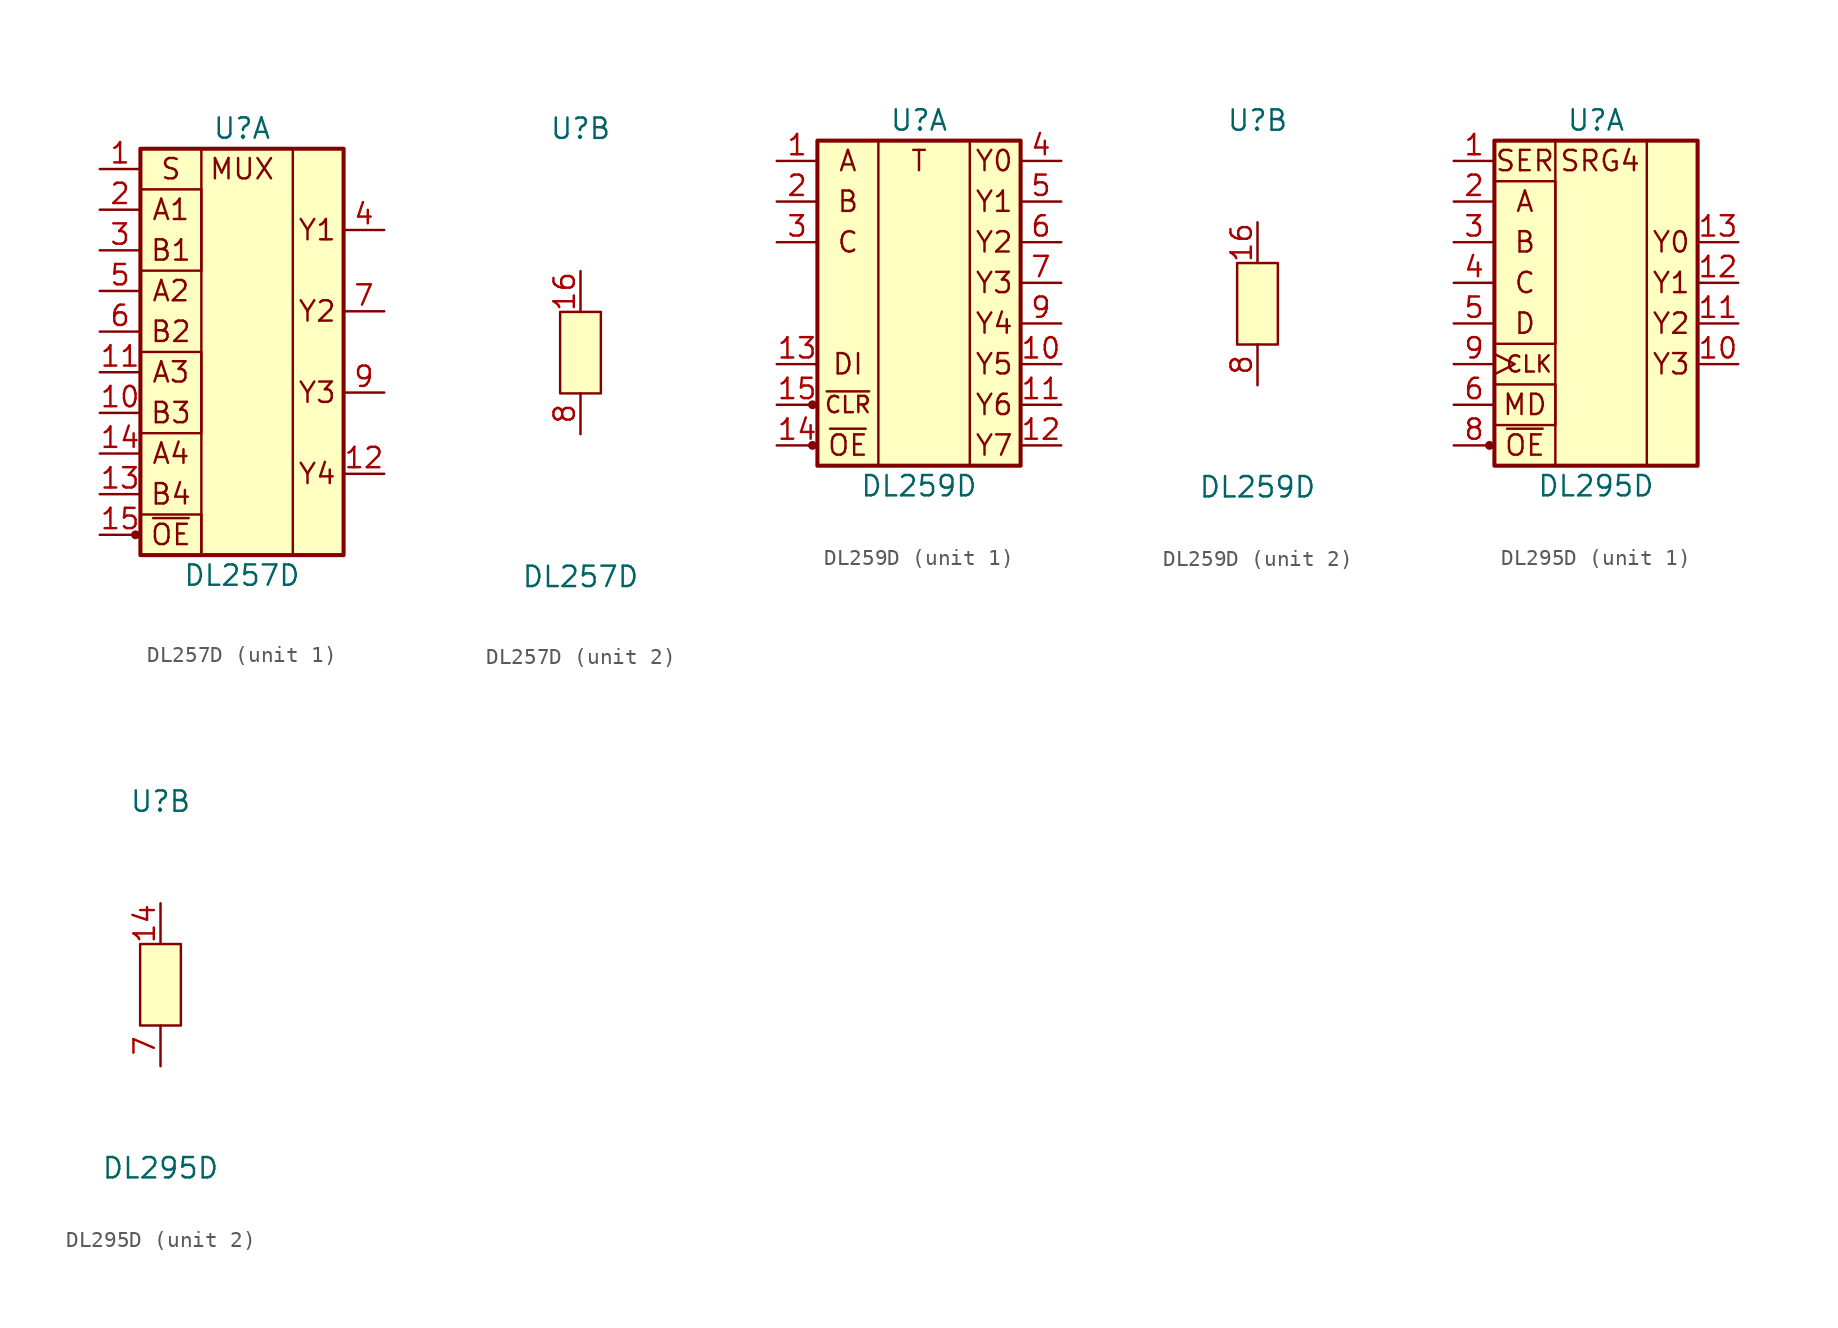
<source format=kicad_sym>
(kicad_symbol_lib
  (version 20211014)
  (generator kicad_symbol_editor)
  (symbol "DL257D"
    (pin_names
      (offset 1.016) hide)
    (property "Reference" "U"
      (at 0 13.97 0)
      (effects (font (size 1.27 1.27))))
    (property "Value" "DL257D"
      (at 0 -13.97 0)
      (effects (font (size 1.27 1.27))))
    (property "ki_locked" ""
      (at 0 0 0)
      (effects (font (size 1.27 1.27))))
    (symbol "DL257D_1_1"
      (circle (center -6.655 -11.43) (radius 0.203) (stroke (width 0) (type default) (color 0 0 0 0)) (fill (type outline)))
      (rectangle (start -6.35 -10.16) (end -2.54 -12.7) (stroke (width 0) (type default) (color 0 0 0 0)) (fill (type none)))
      (rectangle (start -6.35 0) (end -2.54 -5.08) (stroke (width 0) (type default) (color 0 0 0 0)) (fill (type none)))
      (rectangle (start -6.35 10.16) (end -2.54 5.08) (stroke (width 0) (type default) (color 0 0 0 0)) (fill (type none)))
      (rectangle (start -6.35 12.7) (end 6.35 -12.7) (stroke (width 0.254) (type default) (color 0 0 0 0)) (fill (type background)))
      (rectangle (start 3.175 12.7) (end -2.54 -12.7) (stroke (width 0) (type default) (color 0 0 0 0)) (fill (type none)))
      (text "A1" (at -4.445 8.89 0) (effects (font (size 1.27 1.27))))
      (text "A2" (at -4.445 3.81 0) (effects (font (size 1.27 1.27))))
      (text "A3" (at -4.445 -1.27 0) (effects (font (size 1.27 1.27))))
      (text "A4" (at -4.445 -6.35 0) (effects (font (size 1.27 1.27))))
      (text "B1" (at -4.445 6.35 0) (effects (font (size 1.27 1.27))))
      (text "B2" (at -4.445 1.27 0) (effects (font (size 1.27 1.27))))
      (text "B3" (at -4.445 -3.81 0) (effects (font (size 1.27 1.27))))
      (text "B4" (at -4.445 -8.89 0) (effects (font (size 1.27 1.27))))
      (text "MUX" (at 0 11.43 0) (effects (font (size 1.27 1.27))))
      (text "S" (at -4.445 11.43 0) (effects (font (size 1.27 1.27))))
      (text "Y1" (at 4.699 7.62 0) (effects (font (size 1.27 1.27))))
      (text "Y2" (at 4.699 2.54 0) (effects (font (size 1.27 1.27))))
      (text "Y3" (at 4.699 -2.54 0) (effects (font (size 1.27 1.27))))
      (text "Y4" (at 4.699 -7.62 0) (effects (font (size 1.27 1.27))))
      (text "~{OE}" (at -4.445 -11.43 0) (effects (font (size 1.27 1.27))))
      (pin input line (at -8.89 11.43 0) (length 2.54) (name "S" (effects (font (size 1.27 1.27)))) (number "1" (effects (font (size 1.27 1.27)))))
      (pin input line (at -8.89 -3.81 0) (length 2.54) (name "B3" (effects (font (size 1.27 1.27)))) (number "10" (effects (font (size 1.27 1.27)))))
      (pin input line (at -8.89 -1.27 0) (length 2.54) (name "A3" (effects (font (size 1.27 1.27)))) (number "11" (effects (font (size 1.27 1.27)))))
      (pin tri_state line (at 8.89 -7.62 180) (length 2.54) (name "4Y" (effects (font (size 1.27 1.27)))) (number "12" (effects (font (size 1.27 1.27)))))
      (pin input line (at -8.89 -8.89 0) (length 2.54) (name "B4" (effects (font (size 1.27 1.27)))) (number "13" (effects (font (size 1.27 1.27)))))
      (pin input line (at -8.89 -6.35 0) (length 2.54) (name "A4" (effects (font (size 1.27 1.27)))) (number "14" (effects (font (size 1.27 1.27)))))
      (pin input line (at -8.89 -11.43 0) (length 2.54) (name "~{OE}" (effects (font (size 1.27 1.27)))) (number "15" (effects (font (size 1.27 1.27)))))
      (pin input line (at -8.89 8.89 0) (length 2.54) (name "A1" (effects (font (size 1.27 1.27)))) (number "2" (effects (font (size 1.27 1.27)))))
      (pin input line (at -8.89 6.35 0) (length 2.54) (name "B1" (effects (font (size 1.27 1.27)))) (number "3" (effects (font (size 1.27 1.27)))))
      (pin tri_state line (at 8.89 7.62 180) (length 2.54) (name "Y1" (effects (font (size 1.27 1.27)))) (number "4" (effects (font (size 1.27 1.27)))))
      (pin input line (at -8.89 3.81 0) (length 2.54) (name "A2" (effects (font (size 1.27 1.27)))) (number "5" (effects (font (size 1.27 1.27)))))
      (pin input line (at -8.89 1.27 0) (length 2.54) (name "B2" (effects (font (size 1.27 1.27)))) (number "6" (effects (font (size 1.27 1.27)))))
      (pin tri_state line (at 8.89 2.54 180) (length 2.54) (name "Y2" (effects (font (size 1.27 1.27)))) (number "7" (effects (font (size 1.27 1.27)))))
      (pin tri_state line (at 8.89 -2.54 180) (length 2.54) (name "Y3" (effects (font (size 1.27 1.27)))) (number "9" (effects (font (size 1.27 1.27))))))
    (symbol "DL257D_2_1"
      (rectangle (start -1.27 2.54) (end 1.27 -2.54) (stroke (width 0) (type default) (color 0 0 0 0)) (fill (type background)))
      (pin power_in line (at 0 5.08 270) (length 2.54) (name "Vcc" (effects (font (size 1.27 1.27)))) (number "16" (effects (font (size 1.27 1.27)))))
      (pin power_in line (at 0 -5.08 90) (length 2.54) (name "GND" (effects (font (size 1.27 1.27)))) (number "8" (effects (font (size 1.27 1.27)))))))
  (symbol "DL259D"
    (pin_names
      (offset 1.016) hide)
    (property "Reference" "U"
      (at 0 11.43 0)
      (effects (font (size 1.27 1.27))))
    (property "Value" "DL259D"
      (at 0 -11.43 0)
      (effects (font (size 1.27 1.27))))
    (property "ki_locked" ""
      (at 0 0 0)
      (effects (font (size 1.27 1.27))))
    (symbol "DL259D_1_1"
      (circle (center -6.655 -8.89) (radius 0.203) (stroke (width 0) (type default) (color 0 0 0 0)) (fill (type outline)))
      (circle (center -6.655 -6.35) (radius 0.203) (stroke (width 0) (type default) (color 0 0 0 0)) (fill (type outline)))
      (rectangle (start -6.35 10.16) (end 6.35 -10.16) (stroke (width 0.254) (type default) (color 0 0 0 0)) (fill (type background)))
      (rectangle (start 3.175 10.16) (end -2.54 -10.16) (stroke (width 0) (type default) (color 0 0 0 0)) (fill (type none)))
      (text "A" (at -4.445 8.89 0) (effects (font (size 1.27 1.27))))
      (text "B" (at -4.445 6.35 0) (effects (font (size 1.27 1.27))))
      (text "C" (at -4.445 3.81 0) (effects (font (size 1.27 1.27))))
      (text "DI" (at -4.445 -3.81 0) (effects (font (size 1.27 1.27))))
      (text "T" (at 0 8.89 0) (effects (font (size 1.27 1.27))))
      (text "Y0" (at 4.699 8.89 0) (effects (font (size 1.27 1.27))))
      (text "Y1" (at 4.699 6.35 0) (effects (font (size 1.27 1.27))))
      (text "Y2" (at 4.699 3.81 0) (effects (font (size 1.27 1.27))))
      (text "Y3" (at 4.699 1.27 0) (effects (font (size 1.27 1.27))))
      (text "Y4" (at 4.699 -1.27 0) (effects (font (size 1.27 1.27))))
      (text "Y5" (at 4.699 -3.81 0) (effects (font (size 1.27 1.27))))
      (text "Y6" (at 4.699 -6.35 0) (effects (font (size 1.27 1.27))))
      (text "Y7" (at 4.699 -8.89 0) (effects (font (size 1.27 1.27))))
      (text "~{CLR}" (at -4.445 -6.35 0) (effects (font (size 1.016 1.016))))
      (text "~{OE}" (at -4.445 -8.89 0) (effects (font (size 1.27 1.27))))
      (pin input line (at -8.89 8.89 0) (length 2.54) (name "A" (effects (font (size 1.27 1.27)))) (number "1" (effects (font (size 1.27 1.27)))))
      (pin tri_state line (at 8.89 -3.81 180) (length 2.54) (name "Y5" (effects (font (size 1.27 1.27)))) (number "10" (effects (font (size 1.27 1.27)))))
      (pin tri_state line (at 8.89 -6.35 180) (length 2.54) (name "Y6" (effects (font (size 1.27 1.27)))) (number "11" (effects (font (size 1.27 1.27)))))
      (pin tri_state line (at 8.89 -8.89 180) (length 2.54) (name "Y7" (effects (font (size 1.27 1.27)))) (number "12" (effects (font (size 1.27 1.27)))))
      (pin input line (at -8.89 -3.81 0) (length 2.54) (name "DI" (effects (font (size 1.27 1.27)))) (number "13" (effects (font (size 1.27 1.27)))))
      (pin input line (at -8.89 -8.89 0) (length 2.54) (name "~{OE}" (effects (font (size 1.27 1.27)))) (number "14" (effects (font (size 1.27 1.27)))))
      (pin input line (at -8.89 -6.35 0) (length 2.54) (name "~{CLR}" (effects (font (size 1.27 1.27)))) (number "15" (effects (font (size 1.27 1.27)))))
      (pin input line (at -8.89 6.35 0) (length 2.54) (name "B" (effects (font (size 1.27 1.27)))) (number "2" (effects (font (size 1.27 1.27)))))
      (pin input line (at -8.89 3.81 0) (length 2.54) (name "C" (effects (font (size 1.27 1.27)))) (number "3" (effects (font (size 1.27 1.27)))))
      (pin tri_state line (at 8.89 8.89 180) (length 2.54) (name "Y0" (effects (font (size 1.27 1.27)))) (number "4" (effects (font (size 1.27 1.27)))))
      (pin tri_state line (at 8.89 6.35 180) (length 2.54) (name "Y1" (effects (font (size 1.27 1.27)))) (number "5" (effects (font (size 1.27 1.27)))))
      (pin tri_state line (at 8.89 3.81 180) (length 2.54) (name "Y2" (effects (font (size 1.27 1.27)))) (number "6" (effects (font (size 1.27 1.27)))))
      (pin tri_state line (at 8.89 1.27 180) (length 2.54) (name "Y3" (effects (font (size 1.27 1.27)))) (number "7" (effects (font (size 1.27 1.27)))))
      (pin tri_state line (at 8.89 -1.27 180) (length 2.54) (name "Y4" (effects (font (size 1.27 1.27)))) (number "9" (effects (font (size 1.27 1.27))))))
    (symbol "DL259D_2_1"
      (rectangle (start -1.27 2.54) (end 1.27 -2.54) (stroke (width 0) (type default) (color 0 0 0 0)) (fill (type background)))
      (pin power_in line (at 0 5.08 270) (length 2.54) (name "Vcc" (effects (font (size 1.27 1.27)))) (number "16" (effects (font (size 1.27 1.27)))))
      (pin power_in line (at 0 -5.08 90) (length 2.54) (name "GND" (effects (font (size 1.27 1.27)))) (number "8" (effects (font (size 1.27 1.27)))))))
  (symbol "DL295D"
    (pin_names
      (offset 1.016) hide)
    (property "Reference" "U"
      (at 0 11.43 0)
      (effects (font (size 1.27 1.27))))
    (property "Value" "DL295D"
      (at 0 -11.43 0)
      (effects (font (size 1.27 1.27))))
    (property "ki_locked" ""
      (at 0 0 0)
      (effects (font (size 1.27 1.27))))
    (symbol "DL295D_1_1"
      (circle (center -6.655 -8.89) (radius 0.203) (stroke (width 0) (type default) (color 0 0 0 0)) (fill (type outline)))
      (rectangle (start -6.35 -5.08) (end -2.54 -7.62) (stroke (width 0) (type default) (color 0 0 0 0)) (fill (type none)))
      (rectangle (start -6.35 7.62) (end -2.54 -2.54) (stroke (width 0) (type default) (color 0 0 0 0)) (fill (type none)))
      (rectangle (start -6.35 10.16) (end 6.35 -10.16) (stroke (width 0.254) (type default) (color 0 0 0 0)) (fill (type background)))
      (rectangle (start 3.175 10.16) (end -2.54 -10.16) (stroke (width 0) (type default) (color 0 0 0 0)) (fill (type none)))
      (text "A" (at -4.445 6.35 0) (effects (font (size 1.27 1.27))))
      (text "B" (at -4.445 3.81 0) (effects (font (size 1.27 1.27))))
      (text "C" (at -4.445 1.27 0) (effects (font (size 1.27 1.27))))
      (text "CLK" (at -4.191 -3.81 0) (effects (font (size 1.016 1.016))))
      (text "D" (at -4.445 -1.27 0) (effects (font (size 1.27 1.27))))
      (text "MD" (at -4.445 -6.35 0) (effects (font (size 1.27 1.27))))
      (text "SER" (at -4.445 8.89 0) (effects (font (size 1.27 1.27))))
      (text "SRG4" (at 0.254 8.89 0) (effects (font (size 1.27 1.27))))
      (text "Y0" (at 4.699 3.81 0) (effects (font (size 1.27 1.27))))
      (text "Y1" (at 4.699 1.27 0) (effects (font (size 1.27 1.27))))
      (text "Y2" (at 4.699 -1.27 0) (effects (font (size 1.27 1.27))))
      (text "Y3" (at 4.699 -3.81 0) (effects (font (size 1.27 1.27))))
      (text "~{OE}" (at -4.445 -8.89 0) (effects (font (size 1.27 1.27))))
      (pin input line (at -8.89 8.89 0) (length 2.54) (name "SER" (effects (font (size 1.27 1.27)))) (number "1" (effects (font (size 1.27 1.27)))))
      (pin tri_state line (at 8.89 -3.81 180) (length 2.54) (name "Y3" (effects (font (size 1.27 1.27)))) (number "10" (effects (font (size 1.27 1.27)))))
      (pin tri_state line (at 8.89 -1.27 180) (length 2.54) (name "Y2" (effects (font (size 1.27 1.27)))) (number "11" (effects (font (size 1.27 1.27)))))
      (pin tri_state line (at 8.89 1.27 180) (length 2.54) (name "Y1" (effects (font (size 1.27 1.27)))) (number "12" (effects (font (size 1.27 1.27)))))
      (pin tri_state line (at 8.89 3.81 180) (length 2.54) (name "Y0" (effects (font (size 1.27 1.27)))) (number "13" (effects (font (size 1.27 1.27)))))
      (pin input line (at -8.89 6.35 0) (length 2.54) (name "A" (effects (font (size 1.27 1.27)))) (number "2" (effects (font (size 1.27 1.27)))))
      (pin input line (at -8.89 3.81 0) (length 2.54) (name "B" (effects (font (size 1.27 1.27)))) (number "3" (effects (font (size 1.27 1.27)))))
      (pin input line (at -8.89 1.27 0) (length 2.54) (name "C" (effects (font (size 1.27 1.27)))) (number "4" (effects (font (size 1.27 1.27)))))
      (pin input line (at -8.89 -1.27 0) (length 2.54) (name "D" (effects (font (size 1.27 1.27)))) (number "5" (effects (font (size 1.27 1.27)))))
      (pin input line (at -8.89 -6.35 0) (length 2.54) (name "MODE" (effects (font (size 1.27 1.27)))) (number "6" (effects (font (size 1.27 1.27)))))
      (pin input line (at -8.89 -8.89 0) (length 2.54) (name "~{OE}" (effects (font (size 1.27 1.27)))) (number "8" (effects (font (size 1.27 1.27)))))
      (pin input clock (at -8.89 -3.81 0) (length 2.54) (name "CLK" (effects (font (size 1.27 1.27)))) (number "9" (effects (font (size 1.27 1.27))))))
    (symbol "DL295D_2_1"
      (rectangle (start -1.27 2.54) (end 1.27 -2.54) (stroke (width 0) (type default) (color 0 0 0 0)) (fill (type background)))
      (pin power_in line (at 0 5.08 270) (length 2.54) (name "Vcc" (effects (font (size 1.27 1.27)))) (number "14" (effects (font (size 1.27 1.27)))))
      (pin power_in line (at 0 -5.08 90) (length 2.54) (name "GND" (effects (font (size 1.27 1.27)))) (number "7" (effects (font (size 1.27 1.27))))))))
</source>
